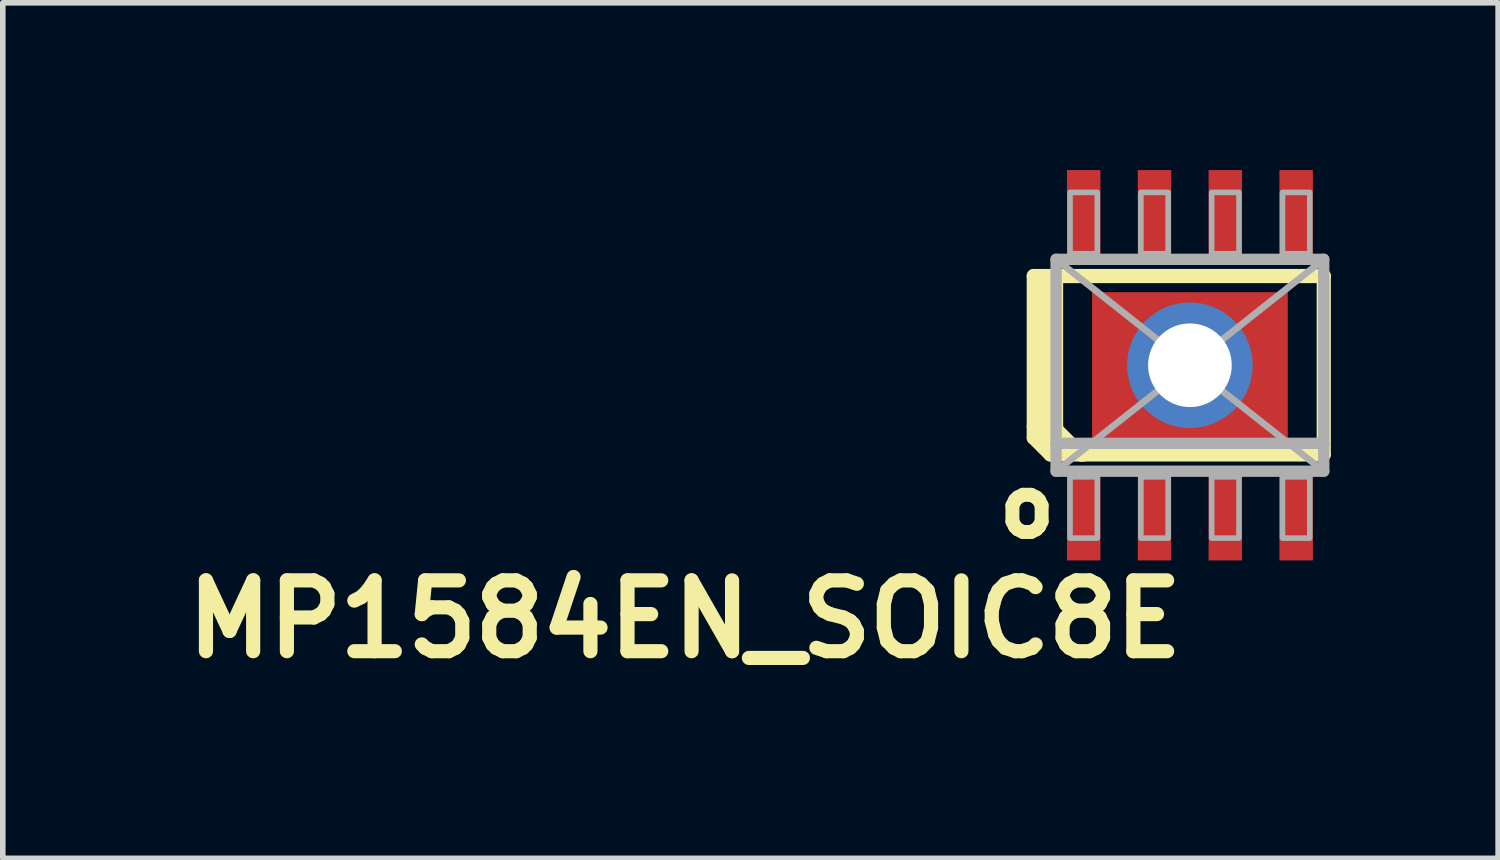
<source format=kicad_pcb>
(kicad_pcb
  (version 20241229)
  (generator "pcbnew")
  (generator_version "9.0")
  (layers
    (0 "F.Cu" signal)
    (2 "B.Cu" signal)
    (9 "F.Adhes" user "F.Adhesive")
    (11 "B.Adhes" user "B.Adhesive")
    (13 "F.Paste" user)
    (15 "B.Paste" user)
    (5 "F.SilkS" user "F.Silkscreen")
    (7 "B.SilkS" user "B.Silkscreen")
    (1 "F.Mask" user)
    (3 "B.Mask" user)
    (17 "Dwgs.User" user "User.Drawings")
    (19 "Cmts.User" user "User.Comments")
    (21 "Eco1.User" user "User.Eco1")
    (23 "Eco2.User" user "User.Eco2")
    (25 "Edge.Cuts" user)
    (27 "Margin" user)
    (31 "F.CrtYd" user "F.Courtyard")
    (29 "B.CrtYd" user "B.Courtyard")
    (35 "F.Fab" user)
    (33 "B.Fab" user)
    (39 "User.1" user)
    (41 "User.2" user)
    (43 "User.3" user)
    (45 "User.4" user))
  (footprint "MP1584EN_SOIC8E"
    (layer "F.Cu")
    (at 18.288 3.5)
    (property "Reference" "MP1584EN_SOIC8E" (at 0 3.81 0) (layer "F.SilkS") (effects (font (size 1.27 1.27) (thickness 0.254)) (justify right top)))
    (attr smd)
    (fp_line (start -2.8 -1.6) (end -2.8 1.1) (stroke (width 0.254) (type solid)) (layer "F.SilkS"))
    (fp_line (start -2.8 1.1) (end -2.8 1.3) (stroke (width 0.254) (type solid)) (layer "F.SilkS"))
    (fp_line (start -2.8 1.3) (end -2.5 1.6) (stroke (width 0.254) (type solid)) (layer "F.SilkS"))
    (fp_line (start -2.6 -1.6) (end -2.8 -1.6) (stroke (width 0.254) (type solid)) (layer "F.SilkS"))
    (fp_line (start -2.6 -1.6) (end -2.6 1.2) (stroke (width 0.254) (type solid)) (layer "F.SilkS"))
    (fp_line (start -2.6 1.2) (end -2.2 1.6) (stroke (width 0.254) (type solid)) (layer "F.SilkS"))
    (fp_line (start -2.5 1.6) (end -2.2 1.6) (stroke (width 0.254) (type solid)) (layer "F.SilkS"))
    (fp_line (start -2.4 -1.6) (end -2.6 -1.6) (stroke (width 0.254) (type solid)) (layer "F.SilkS"))
    (fp_line (start -2.4 -1.6) (end 2.4 -1.6) (stroke (width 0.254) (type solid)) (layer "F.SilkS"))
    (fp_line (start -2.4 1.15) (end -2.4 -1.6) (stroke (width 0.254) (type solid)) (layer "F.SilkS"))
    (fp_line (start -2.2 1.6) (end -1.9 1.6) (stroke (width 0.254) (type solid)) (layer "F.SilkS"))
    (fp_line (start -1.95 1.6) (end -2.4 1.15) (stroke (width 0.254) (type solid)) (layer "F.SilkS"))
    (fp_line (start 2.4 -1.6) (end 2.4 1.6) (stroke (width 0.254) (type solid)) (layer "F.SilkS"))
    (fp_line (start 2.4 1.6) (end -1.95 1.6) (stroke (width 0.254) (type solid)) (layer "F.SilkS"))
    (fp_line (start -2.4 -1.9) (end 2.4 -1.9) (stroke (width 0.203) (type solid)) (layer "F.Fab"))
    (fp_line (start -2.4 -1.9) (end 2.4 1.9) (stroke (width 0.12) (type solid)) (layer "F.Fab"))
    (fp_line (start -2.4 1.4) (end -2.4 -1.9) (stroke (width 0.203) (type solid)) (layer "F.Fab"))
    (fp_line (start -2.4 1.9) (end -2.4 1.4) (stroke (width 0.203) (type solid)) (layer "F.Fab"))
    (fp_line (start 2.4 -1.9) (end -2.4 1.9) (stroke (width 0.12) (type solid)) (layer "F.Fab"))
    (fp_line (start 2.4 -1.9) (end 2.4 1.4) (stroke (width 0.203) (type solid)) (layer "F.Fab"))
    (fp_line (start 2.4 1.4) (end -2.4 1.4) (stroke (width 0.203) (type solid)) (layer "F.Fab"))
    (fp_line (start 2.4 1.4) (end 2.4 1.9) (stroke (width 0.203) (type solid)) (layer "F.Fab"))
    (fp_line (start 2.4 1.9) (end -2.4 1.9) (stroke (width 0.203) (type solid)) (layer "F.Fab"))
    (fp_poly (pts (xy -2.15 -2) (xy -1.66 -2) (xy -1.66 -3.1) (xy -2.15 -3.1)) (stroke (width 0.1) (type solid)) (fill no) (layer "F.Fab"))
    (fp_poly (pts (xy -2.15 3.1) (xy -1.66 3.1) (xy -1.66 2) (xy -2.15 2)) (stroke (width 0.1) (type solid)) (fill no) (layer "F.Fab"))
    (fp_poly (pts (xy -0.88 -2) (xy -0.39 -2) (xy -0.39 -3.1) (xy -0.88 -3.1)) (stroke (width 0.1) (type solid)) (fill no) (layer "F.Fab"))
    (fp_poly (pts (xy -0.88 3.1) (xy -0.39 3.1) (xy -0.39 2) (xy -0.88 2)) (stroke (width 0.1) (type solid)) (fill no) (layer "F.Fab"))
    (fp_poly (pts (xy 0.39 -2) (xy 0.88 -2) (xy 0.88 -3.1) (xy 0.39 -3.1)) (stroke (width 0.1) (type solid)) (fill no) (layer "F.Fab"))
    (fp_poly (pts (xy 0.39 3.1) (xy 0.88 3.1) (xy 0.88 2) (xy 0.39 2)) (stroke (width 0.1) (type solid)) (fill no) (layer "F.Fab"))
    (fp_poly (pts (xy 1.66 -2) (xy 2.15 -2) (xy 2.15 -3.1) (xy 1.66 -3.1)) (stroke (width 0.1) (type solid)) (fill no) (layer "F.Fab"))
    (fp_poly (pts (xy 1.66 3.1) (xy 2.15 3.1) (xy 2.15 2) (xy 1.66 2)) (stroke (width 0.1) (type solid)) (fill no) (layer "F.Fab"))
    (fp_text user "o" (at -2.921 2.54 0) (layer "F.SilkS") (effects (font (size 1 1) (thickness 0.25))))
    (pad "1" smd rect (at -1.905 2.7) (size 0.6 1.6) (layers "F.Cu" "F.Mask" "F.Paste"))
    (pad "2" smd rect (at -0.635 2.7) (size 0.6 1.6) (layers "F.Cu" "F.Mask" "F.Paste"))
    (pad "3" smd rect (at 0.635 2.7) (size 0.6 1.6) (layers "F.Cu" "F.Mask" "F.Paste"))
    (pad "4" smd rect (at 1.905 2.7) (size 0.6 1.6) (layers "F.Cu" "F.Mask" "F.Paste"))
    (pad "5" smd rect (at 1.905 -2.7) (size 0.6 1.6) (layers "F.Cu" "F.Mask" "F.Paste"))
    (pad "6" smd rect (at 0.635 -2.7) (size 0.6 1.6) (layers "F.Cu" "F.Mask" "F.Paste"))
    (pad "7" smd rect (at -0.635 -2.7) (size 0.6 1.6) (layers "F.Cu" "F.Mask" "F.Paste"))
    (pad "8" smd rect (at -1.905 -2.7) (size 0.6 1.6) (layers "F.Cu" "F.Mask" "F.Paste"))
    (pad "EP1" thru_hole circle (at 0 0) (size 2.25 2.25) (drill 1.5) (layers "*.Cu" "*.Mask"))
    (pad "EP1" smd rect (at 0 0) (size 3.51 2.62) (layers "F.Cu" "F.Mask" "F.Paste")))
  (gr_rect
    (start -3 -3)
    (end 23.815 12.342)
    (stroke (width 0.1) (type default))
    (fill no)
    (layer "Edge.Cuts")))
</source>
